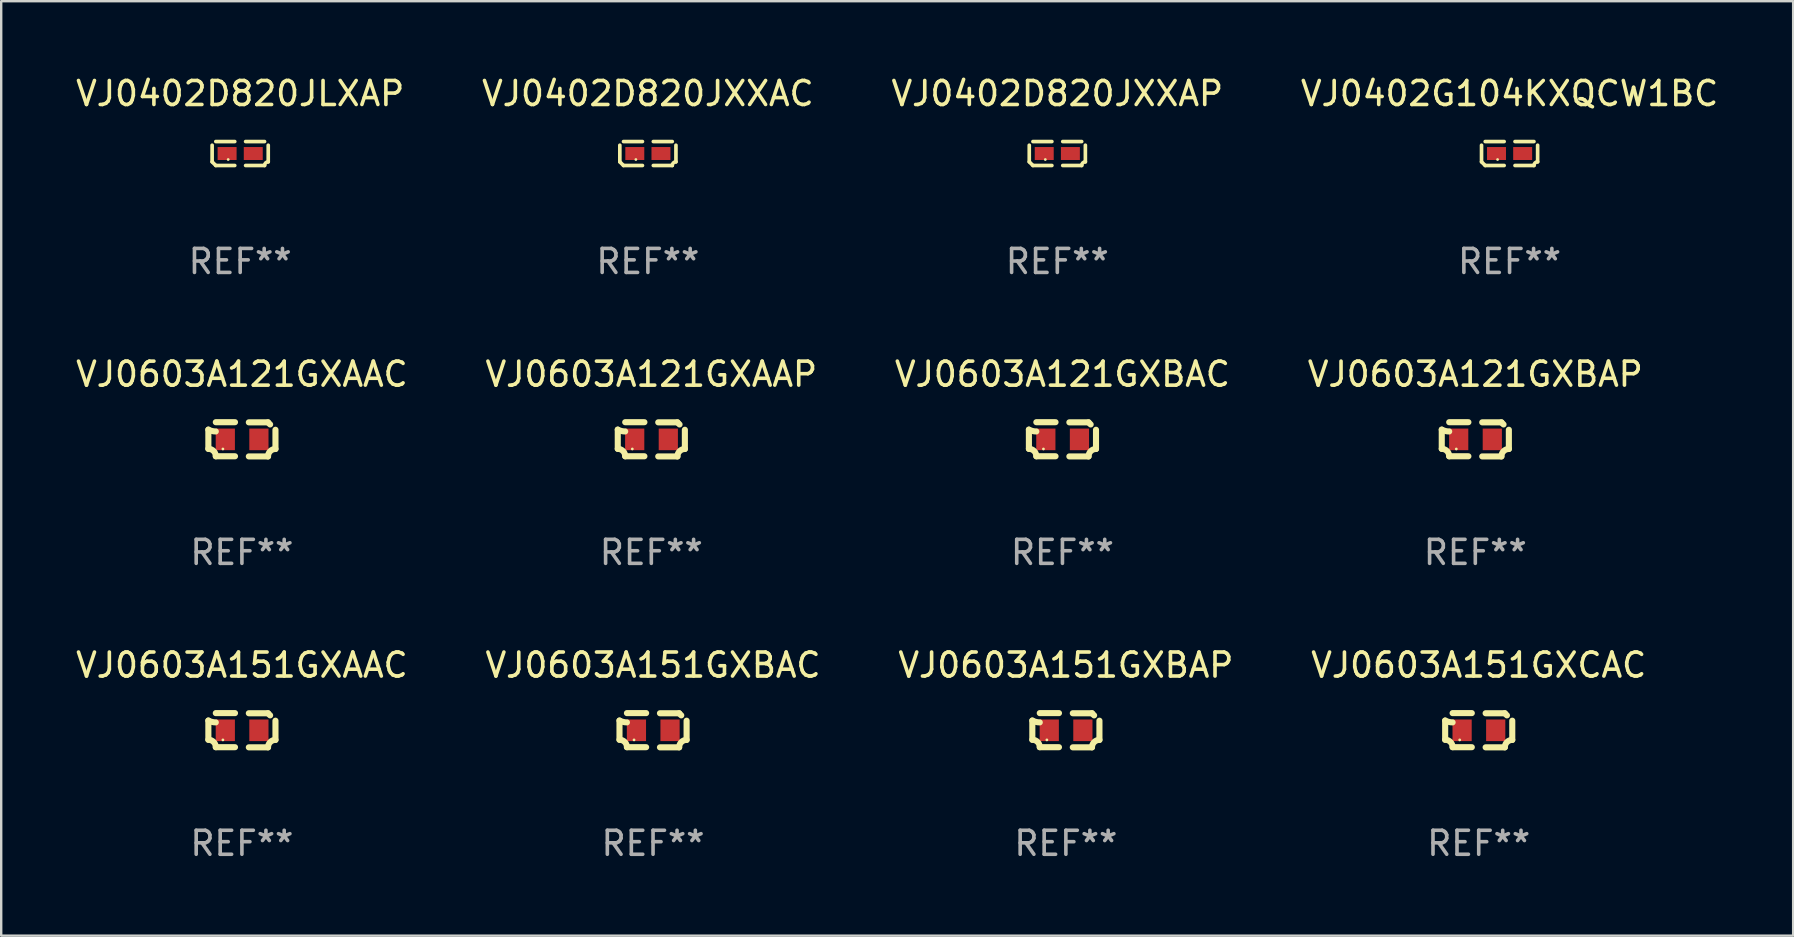
<source format=kicad_pcb>
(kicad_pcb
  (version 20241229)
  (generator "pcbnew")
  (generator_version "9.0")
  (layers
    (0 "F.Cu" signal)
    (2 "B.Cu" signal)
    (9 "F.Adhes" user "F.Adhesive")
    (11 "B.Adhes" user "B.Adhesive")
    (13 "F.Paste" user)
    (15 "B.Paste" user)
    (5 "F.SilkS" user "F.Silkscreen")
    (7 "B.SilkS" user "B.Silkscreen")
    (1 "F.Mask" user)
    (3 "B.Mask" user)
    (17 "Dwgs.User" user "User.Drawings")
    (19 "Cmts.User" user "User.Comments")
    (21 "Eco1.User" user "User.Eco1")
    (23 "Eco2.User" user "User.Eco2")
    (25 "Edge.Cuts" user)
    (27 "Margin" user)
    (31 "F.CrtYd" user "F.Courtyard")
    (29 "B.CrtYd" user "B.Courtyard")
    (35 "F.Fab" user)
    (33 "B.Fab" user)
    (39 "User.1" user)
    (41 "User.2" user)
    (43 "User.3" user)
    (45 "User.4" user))
  (footprint "VJ0603A151GXCAC"
    (layer "F.Cu")
    (at 58.565 27.377)
    (property "Reference" "VJ0603A151GXCAC" (at 0 -2.713 0) (layer "F.SilkS") (effects (font (size 1 1) (thickness 0.15))))
    (attr through_hole)
    (fp_line (start -1.398 -0.403) (end -1.398 0.397) (stroke (width 0.254) (type solid)) (layer "F.SilkS"))
    (fp_line (start -0.288 -0.713) (end -1.088 -0.713) (stroke (width 0.254) (type solid)) (layer "F.SilkS"))
    (fp_line (start -0.288 0.707) (end -1.088 0.707) (stroke (width 0.254) (type solid)) (layer "F.SilkS"))
    (fp_line (start 0.288 -0.707) (end 1.088 -0.707) (stroke (width 0.254) (type solid)) (layer "F.SilkS"))
    (fp_line (start 0.288 0.713) (end 1.088 0.713) (stroke (width 0.254) (type solid)) (layer "F.SilkS"))
    (fp_line (start 1.398 -0.397) (end 1.398 0.403) (stroke (width 0.254) (type solid)) (layer "F.SilkS"))
    (fp_arc (start -1.397789 0.397066) (mid -1.178701 0.487826) (end -1.08796 0.706922) (stroke (width 0.254001) (type solid)) (layer "F.SilkS"))
    (fp_arc (start -1.08796 -0.327176) (mid -1.247436 -0.346384) (end -1.39779 -0.402908) (stroke (width 0.254001) (type solid)) (layer "F.SilkS"))
    (fp_arc (start 1.087909 0.712738) (mid 1.178656 0.493655) (end 1.397739 0.402908) (stroke (width 0.254001) (type solid)) (layer "F.SilkS"))
    (fp_arc (start 1.175925 -0.618926) (mid 1.131917 -0.662923) (end 1.08791 -0.706922) (stroke (width 0.254001) (type solid)) (layer "F.SilkS"))
    (fp_circle (center -0.792 0.403) (end -0.762 0.403) (stroke (width 0.06) (type solid)) (fill no) (layer "F.SilkS"))
    (fp_text user "REF**" (at 0 4.713 0) (layer "F.Fab") (effects (font (size 1 1) (thickness 0.15))))
    (pad "1" smd rect (at -0.692 0.003) (size 0.8 0.9) (layers "F.Cu" "F.Mask" "F.Paste"))
    (pad "2" smd rect (at 0.708 0.003) (size 0.8 0.9) (layers "F.Cu" "F.Mask" "F.Paste")))
  (footprint "VJ0603A151GXAAC"
    (layer "F.Cu")
    (at 7.03 27.377)
    (property "Reference" "VJ0603A151GXAAC" (at 0 -2.713 0) (layer "F.SilkS") (effects (font (size 1 1) (thickness 0.15))))
    (attr through_hole)
    (fp_line (start -1.398 -0.403) (end -1.398 0.397) (stroke (width 0.254) (type solid)) (layer "F.SilkS"))
    (fp_line (start -0.288 -0.713) (end -1.088 -0.713) (stroke (width 0.254) (type solid)) (layer "F.SilkS"))
    (fp_line (start -0.288 0.707) (end -1.088 0.707) (stroke (width 0.254) (type solid)) (layer "F.SilkS"))
    (fp_line (start 0.288 -0.707) (end 1.088 -0.707) (stroke (width 0.254) (type solid)) (layer "F.SilkS"))
    (fp_line (start 0.288 0.713) (end 1.088 0.713) (stroke (width 0.254) (type solid)) (layer "F.SilkS"))
    (fp_line (start 1.398 -0.397) (end 1.398 0.403) (stroke (width 0.254) (type solid)) (layer "F.SilkS"))
    (fp_arc (start -1.397789 0.397066) (mid -1.178701 0.487826) (end -1.08796 0.706922) (stroke (width 0.254001) (type solid)) (layer "F.SilkS"))
    (fp_arc (start -1.08796 -0.327176) (mid -1.247436 -0.346384) (end -1.39779 -0.402908) (stroke (width 0.254001) (type solid)) (layer "F.SilkS"))
    (fp_arc (start 1.087909 0.712738) (mid 1.178656 0.493655) (end 1.397739 0.402908) (stroke (width 0.254001) (type solid)) (layer "F.SilkS"))
    (fp_arc (start 1.175925 -0.618926) (mid 1.131917 -0.662923) (end 1.08791 -0.706922) (stroke (width 0.254001) (type solid)) (layer "F.SilkS"))
    (fp_circle (center -0.792 0.403) (end -0.762 0.403) (stroke (width 0.06) (type solid)) (fill no) (layer "F.SilkS"))
    (fp_text user "REF**" (at 0 4.713 0) (layer "F.Fab") (effects (font (size 1 1) (thickness 0.15))))
    (pad "1" smd rect (at -0.692 0.003) (size 0.8 0.9) (layers "F.Cu" "F.Mask" "F.Paste"))
    (pad "2" smd rect (at 0.708 0.003) (size 0.8 0.9) (layers "F.Cu" "F.Mask" "F.Paste")))
  (footprint "VJ0603A121GXBAP"
    (layer "F.Cu")
    (at 58.423 15.255)
    (property "Reference" "VJ0603A121GXBAP" (at 0 -2.713 0) (layer "F.SilkS") (effects (font (size 1 1) (thickness 0.15))))
    (attr through_hole)
    (fp_line (start -1.398 -0.403) (end -1.398 0.397) (stroke (width 0.254) (type solid)) (layer "F.SilkS"))
    (fp_line (start -0.288 -0.713) (end -1.088 -0.713) (stroke (width 0.254) (type solid)) (layer "F.SilkS"))
    (fp_line (start -0.288 0.707) (end -1.088 0.707) (stroke (width 0.254) (type solid)) (layer "F.SilkS"))
    (fp_line (start 0.288 -0.707) (end 1.088 -0.707) (stroke (width 0.254) (type solid)) (layer "F.SilkS"))
    (fp_line (start 0.288 0.713) (end 1.088 0.713) (stroke (width 0.254) (type solid)) (layer "F.SilkS"))
    (fp_line (start 1.398 -0.397) (end 1.398 0.403) (stroke (width 0.254) (type solid)) (layer "F.SilkS"))
    (fp_arc (start -1.397789 0.397066) (mid -1.178701 0.487826) (end -1.08796 0.706922) (stroke (width 0.254001) (type solid)) (layer "F.SilkS"))
    (fp_arc (start -1.08796 -0.327176) (mid -1.247436 -0.346384) (end -1.39779 -0.402908) (stroke (width 0.254001) (type solid)) (layer "F.SilkS"))
    (fp_arc (start 1.087909 0.712738) (mid 1.178656 0.493655) (end 1.397739 0.402908) (stroke (width 0.254001) (type solid)) (layer "F.SilkS"))
    (fp_arc (start 1.175925 -0.618926) (mid 1.131917 -0.662923) (end 1.08791 -0.706922) (stroke (width 0.254001) (type solid)) (layer "F.SilkS"))
    (fp_circle (center -0.792 0.403) (end -0.762 0.403) (stroke (width 0.06) (type solid)) (fill no) (layer "F.SilkS"))
    (fp_text user "REF**" (at 0 4.713 0) (layer "F.Fab") (effects (font (size 1 1) (thickness 0.15))))
    (pad "1" smd rect (at -0.692 0.003) (size 0.8 0.9) (layers "F.Cu" "F.Mask" "F.Paste"))
    (pad "2" smd rect (at 0.708 0.003) (size 0.8 0.9) (layers "F.Cu" "F.Mask" "F.Paste")))
  (footprint "VJ0603A121GXAAC"
    (layer "F.Cu")
    (at 7.03 15.255)
    (property "Reference" "VJ0603A121GXAAC" (at 0 -2.713 0) (layer "F.SilkS") (effects (font (size 1 1) (thickness 0.15))))
    (attr through_hole)
    (fp_line (start -1.398 -0.403) (end -1.398 0.397) (stroke (width 0.254) (type solid)) (layer "F.SilkS"))
    (fp_line (start -0.288 -0.713) (end -1.088 -0.713) (stroke (width 0.254) (type solid)) (layer "F.SilkS"))
    (fp_line (start -0.288 0.707) (end -1.088 0.707) (stroke (width 0.254) (type solid)) (layer "F.SilkS"))
    (fp_line (start 0.288 -0.707) (end 1.088 -0.707) (stroke (width 0.254) (type solid)) (layer "F.SilkS"))
    (fp_line (start 0.288 0.713) (end 1.088 0.713) (stroke (width 0.254) (type solid)) (layer "F.SilkS"))
    (fp_line (start 1.398 -0.397) (end 1.398 0.403) (stroke (width 0.254) (type solid)) (layer "F.SilkS"))
    (fp_arc (start -1.397789 0.397066) (mid -1.178701 0.487826) (end -1.08796 0.706922) (stroke (width 0.254001) (type solid)) (layer "F.SilkS"))
    (fp_arc (start -1.08796 -0.327176) (mid -1.247436 -0.346384) (end -1.39779 -0.402908) (stroke (width 0.254001) (type solid)) (layer "F.SilkS"))
    (fp_arc (start 1.087909 0.712738) (mid 1.178656 0.493655) (end 1.397739 0.402908) (stroke (width 0.254001) (type solid)) (layer "F.SilkS"))
    (fp_arc (start 1.175925 -0.618926) (mid 1.131917 -0.662923) (end 1.08791 -0.706922) (stroke (width 0.254001) (type solid)) (layer "F.SilkS"))
    (fp_circle (center -0.792 0.403) (end -0.762 0.403) (stroke (width 0.06) (type solid)) (fill no) (layer "F.SilkS"))
    (fp_text user "REF**" (at 0 4.713 0) (layer "F.Fab") (effects (font (size 1 1) (thickness 0.15))))
    (pad "1" smd rect (at -0.692 0.003) (size 0.8 0.9) (layers "F.Cu" "F.Mask" "F.Paste"))
    (pad "2" smd rect (at 0.708 0.003) (size 0.8 0.9) (layers "F.Cu" "F.Mask" "F.Paste")))
  (footprint "VJ0603A151GXBAC"
    (layer "F.Cu")
    (at 24.161 27.377)
    (property "Reference" "VJ0603A151GXBAC" (at 0 -2.713 0) (layer "F.SilkS") (effects (font (size 1 1) (thickness 0.15))))
    (attr through_hole)
    (fp_line (start -1.398 -0.403) (end -1.398 0.397) (stroke (width 0.254) (type solid)) (layer "F.SilkS"))
    (fp_line (start -0.288 -0.713) (end -1.088 -0.713) (stroke (width 0.254) (type solid)) (layer "F.SilkS"))
    (fp_line (start -0.288 0.707) (end -1.088 0.707) (stroke (width 0.254) (type solid)) (layer "F.SilkS"))
    (fp_line (start 0.288 -0.707) (end 1.088 -0.707) (stroke (width 0.254) (type solid)) (layer "F.SilkS"))
    (fp_line (start 0.288 0.713) (end 1.088 0.713) (stroke (width 0.254) (type solid)) (layer "F.SilkS"))
    (fp_line (start 1.398 -0.397) (end 1.398 0.403) (stroke (width 0.254) (type solid)) (layer "F.SilkS"))
    (fp_arc (start -1.397789 0.397066) (mid -1.178701 0.487826) (end -1.08796 0.706922) (stroke (width 0.254001) (type solid)) (layer "F.SilkS"))
    (fp_arc (start -1.08796 -0.327176) (mid -1.247436 -0.346384) (end -1.39779 -0.402908) (stroke (width 0.254001) (type solid)) (layer "F.SilkS"))
    (fp_arc (start 1.087909 0.712738) (mid 1.178656 0.493655) (end 1.397739 0.402908) (stroke (width 0.254001) (type solid)) (layer "F.SilkS"))
    (fp_arc (start 1.175925 -0.618926) (mid 1.131917 -0.662923) (end 1.08791 -0.706922) (stroke (width 0.254001) (type solid)) (layer "F.SilkS"))
    (fp_circle (center -0.792 0.403) (end -0.762 0.403) (stroke (width 0.06) (type solid)) (fill no) (layer "F.SilkS"))
    (fp_text user "REF**" (at 0 4.713 0) (layer "F.Fab") (effects (font (size 1 1) (thickness 0.15))))
    (pad "1" smd rect (at -0.692 0.003) (size 0.8 0.9) (layers "F.Cu" "F.Mask" "F.Paste"))
    (pad "2" smd rect (at 0.708 0.003) (size 0.8 0.9) (layers "F.Cu" "F.Mask" "F.Paste")))
  (footprint "VJ0603A121GXBAC"
    (layer "F.Cu")
    (at 41.22 15.255)
    (property "Reference" "VJ0603A121GXBAC" (at 0 -2.713 0) (layer "F.SilkS") (effects (font (size 1 1) (thickness 0.15))))
    (attr through_hole)
    (fp_line (start -1.398 -0.403) (end -1.398 0.397) (stroke (width 0.254) (type solid)) (layer "F.SilkS"))
    (fp_line (start -0.288 -0.713) (end -1.088 -0.713) (stroke (width 0.254) (type solid)) (layer "F.SilkS"))
    (fp_line (start -0.288 0.707) (end -1.088 0.707) (stroke (width 0.254) (type solid)) (layer "F.SilkS"))
    (fp_line (start 0.288 -0.707) (end 1.088 -0.707) (stroke (width 0.254) (type solid)) (layer "F.SilkS"))
    (fp_line (start 0.288 0.713) (end 1.088 0.713) (stroke (width 0.254) (type solid)) (layer "F.SilkS"))
    (fp_line (start 1.398 -0.397) (end 1.398 0.403) (stroke (width 0.254) (type solid)) (layer "F.SilkS"))
    (fp_arc (start -1.397789 0.397066) (mid -1.178701 0.487826) (end -1.08796 0.706922) (stroke (width 0.254001) (type solid)) (layer "F.SilkS"))
    (fp_arc (start -1.08796 -0.327176) (mid -1.247436 -0.346384) (end -1.39779 -0.402908) (stroke (width 0.254001) (type solid)) (layer "F.SilkS"))
    (fp_arc (start 1.087909 0.712738) (mid 1.178656 0.493655) (end 1.397739 0.402908) (stroke (width 0.254001) (type solid)) (layer "F.SilkS"))
    (fp_arc (start 1.175925 -0.618926) (mid 1.131917 -0.662923) (end 1.08791 -0.706922) (stroke (width 0.254001) (type solid)) (layer "F.SilkS"))
    (fp_circle (center -0.792 0.403) (end -0.762 0.403) (stroke (width 0.06) (type solid)) (fill no) (layer "F.SilkS"))
    (fp_text user "REF**" (at 0 4.713 0) (layer "F.Fab") (effects (font (size 1 1) (thickness 0.15))))
    (pad "1" smd rect (at -0.692 0.003) (size 0.8 0.9) (layers "F.Cu" "F.Mask" "F.Paste"))
    (pad "2" smd rect (at 0.708 0.003) (size 0.8 0.9) (layers "F.Cu" "F.Mask" "F.Paste")))
  (footprint "VJ0603A151GXBAP"
    (layer "F.Cu")
    (at 41.363 27.377)
    (property "Reference" "VJ0603A151GXBAP" (at 0 -2.713 0) (layer "F.SilkS") (effects (font (size 1 1) (thickness 0.15))))
    (attr through_hole)
    (fp_line (start -1.398 -0.403) (end -1.398 0.397) (stroke (width 0.254) (type solid)) (layer "F.SilkS"))
    (fp_line (start -0.288 -0.713) (end -1.088 -0.713) (stroke (width 0.254) (type solid)) (layer "F.SilkS"))
    (fp_line (start -0.288 0.707) (end -1.088 0.707) (stroke (width 0.254) (type solid)) (layer "F.SilkS"))
    (fp_line (start 0.288 -0.707) (end 1.088 -0.707) (stroke (width 0.254) (type solid)) (layer "F.SilkS"))
    (fp_line (start 0.288 0.713) (end 1.088 0.713) (stroke (width 0.254) (type solid)) (layer "F.SilkS"))
    (fp_line (start 1.398 -0.397) (end 1.398 0.403) (stroke (width 0.254) (type solid)) (layer "F.SilkS"))
    (fp_arc (start -1.397789 0.397066) (mid -1.178701 0.487826) (end -1.08796 0.706922) (stroke (width 0.254001) (type solid)) (layer "F.SilkS"))
    (fp_arc (start -1.08796 -0.327176) (mid -1.247436 -0.346384) (end -1.39779 -0.402908) (stroke (width 0.254001) (type solid)) (layer "F.SilkS"))
    (fp_arc (start 1.087909 0.712738) (mid 1.178656 0.493655) (end 1.397739 0.402908) (stroke (width 0.254001) (type solid)) (layer "F.SilkS"))
    (fp_arc (start 1.175925 -0.618926) (mid 1.131917 -0.662923) (end 1.08791 -0.706922) (stroke (width 0.254001) (type solid)) (layer "F.SilkS"))
    (fp_circle (center -0.792 0.403) (end -0.762 0.403) (stroke (width 0.06) (type solid)) (fill no) (layer "F.SilkS"))
    (fp_text user "REF**" (at 0 4.713 0) (layer "F.Fab") (effects (font (size 1 1) (thickness 0.15))))
    (pad "1" smd rect (at -0.692 0.003) (size 0.8 0.9) (layers "F.Cu" "F.Mask" "F.Paste"))
    (pad "2" smd rect (at 0.708 0.003) (size 0.8 0.9) (layers "F.Cu" "F.Mask" "F.Paste")))
  (footprint "VJ0603A121GXAAP"
    (layer "F.Cu")
    (at 24.089 15.255)
    (property "Reference" "VJ0603A121GXAAP" (at 0 -2.713 0) (layer "F.SilkS") (effects (font (size 1 1) (thickness 0.15))))
    (attr through_hole)
    (fp_line (start -1.398 -0.403) (end -1.398 0.397) (stroke (width 0.254) (type solid)) (layer "F.SilkS"))
    (fp_line (start -0.288 -0.713) (end -1.088 -0.713) (stroke (width 0.254) (type solid)) (layer "F.SilkS"))
    (fp_line (start -0.288 0.707) (end -1.088 0.707) (stroke (width 0.254) (type solid)) (layer "F.SilkS"))
    (fp_line (start 0.288 -0.707) (end 1.088 -0.707) (stroke (width 0.254) (type solid)) (layer "F.SilkS"))
    (fp_line (start 0.288 0.713) (end 1.088 0.713) (stroke (width 0.254) (type solid)) (layer "F.SilkS"))
    (fp_line (start 1.398 -0.397) (end 1.398 0.403) (stroke (width 0.254) (type solid)) (layer "F.SilkS"))
    (fp_arc (start -1.397789 0.397066) (mid -1.178701 0.487826) (end -1.08796 0.706922) (stroke (width 0.254001) (type solid)) (layer "F.SilkS"))
    (fp_arc (start -1.08796 -0.327176) (mid -1.247436 -0.346384) (end -1.39779 -0.402908) (stroke (width 0.254001) (type solid)) (layer "F.SilkS"))
    (fp_arc (start 1.087909 0.712738) (mid 1.178656 0.493655) (end 1.397739 0.402908) (stroke (width 0.254001) (type solid)) (layer "F.SilkS"))
    (fp_arc (start 1.175925 -0.618926) (mid 1.131917 -0.662923) (end 1.08791 -0.706922) (stroke (width 0.254001) (type solid)) (layer "F.SilkS"))
    (fp_circle (center -0.792 0.403) (end -0.762 0.403) (stroke (width 0.06) (type solid)) (fill no) (layer "F.SilkS"))
    (fp_text user "REF**" (at 0 4.713 0) (layer "F.Fab") (effects (font (size 1 1) (thickness 0.15))))
    (pad "1" smd rect (at -0.692 0.003) (size 0.8 0.9) (layers "F.Cu" "F.Mask" "F.Paste"))
    (pad "2" smd rect (at 0.708 0.003) (size 0.8 0.9) (layers "F.Cu" "F.Mask" "F.Paste")))
  (footprint "VJ0402G104KXQCW1BC"
    (layer "F.Cu")
    (at 59.851 3.347)
    (property "Reference" "VJ0402G104KXQCW1BC" (at 0 -2.499 0) (layer "F.SilkS") (effects (font (size 1 1) (thickness 0.15))))
    (attr through_hole)
    (fp_line (start -1.169 0.346) (end -1.169 -0.346) (stroke (width 0.152) (type solid)) (layer "F.SilkS"))
    (fp_line (start -1.016 -0.499) (end -0.226 -0.499) (stroke (width 0.152) (type solid)) (layer "F.SilkS"))
    (fp_line (start -0.226 0.499) (end -1.016 0.499) (stroke (width 0.152) (type solid)) (layer "F.SilkS"))
    (fp_line (start 0.226 0.499) (end 1.016 0.499) (stroke (width 0.152) (type solid)) (layer "F.SilkS"))
    (fp_line (start 1.016 -0.499) (end 0.226 -0.499) (stroke (width 0.152) (type solid)) (layer "F.SilkS"))
    (fp_line (start 1.169 0.346) (end 1.169 -0.346) (stroke (width 0.152) (type solid)) (layer "F.SilkS"))
    (fp_arc (start -1.016307 0.498603) (mid -1.092512 0.422405) (end -1.16871 0.3462) (stroke (width 0.1524) (type solid)) (layer "F.SilkS"))
    (fp_arc (start 1.016307 0.498603) (mid 1.060899 0.390758) (end 1.168707 0.346076) (stroke (width 0.1524) (type solid)) (layer "F.SilkS"))
    (fp_circle (center -0.5 0.25) (end -0.47 0.25) (stroke (width 0.06) (type solid)) (fill no) (layer "F.SilkS"))
    (fp_text user "REF**" (at 0 4.499 0) (layer "F.Fab") (effects (font (size 1 1) (thickness 0.15))))
    (pad "1" smd rect (at -0.545 0) (size 0.79 0.54) (layers "F.Cu" "F.Mask" "F.Paste"))
    (pad "2" smd rect (at 0.545 0) (size 0.79 0.54) (layers "F.Cu" "F.Mask" "F.Paste")))
  (footprint "VJ0402D820JLXAP"
    (layer "F.Cu")
    (at 6.958 3.347)
    (property "Reference" "VJ0402D820JLXAP" (at 0 -2.499 0) (layer "F.SilkS") (effects (font (size 1 1) (thickness 0.15))))
    (attr through_hole)
    (fp_line (start -1.169 0.346) (end -1.169 -0.346) (stroke (width 0.152) (type solid)) (layer "F.SilkS"))
    (fp_line (start -1.016 -0.499) (end -0.226 -0.499) (stroke (width 0.152) (type solid)) (layer "F.SilkS"))
    (fp_line (start -0.226 0.499) (end -1.016 0.499) (stroke (width 0.152) (type solid)) (layer "F.SilkS"))
    (fp_line (start 0.226 0.499) (end 1.016 0.499) (stroke (width 0.152) (type solid)) (layer "F.SilkS"))
    (fp_line (start 1.016 -0.499) (end 0.226 -0.499) (stroke (width 0.152) (type solid)) (layer "F.SilkS"))
    (fp_line (start 1.169 0.346) (end 1.169 -0.346) (stroke (width 0.152) (type solid)) (layer "F.SilkS"))
    (fp_arc (start -1.016307 0.498603) (mid -1.092512 0.422405) (end -1.16871 0.3462) (stroke (width 0.1524) (type solid)) (layer "F.SilkS"))
    (fp_arc (start 1.016307 0.498603) (mid 1.060899 0.390758) (end 1.168707 0.346076) (stroke (width 0.1524) (type solid)) (layer "F.SilkS"))
    (fp_circle (center -0.5 0.25) (end -0.47 0.25) (stroke (width 0.06) (type solid)) (fill no) (layer "F.SilkS"))
    (fp_text user "REF**" (at 0 4.499 0) (layer "F.Fab") (effects (font (size 1 1) (thickness 0.15))))
    (pad "1" smd rect (at -0.545 0) (size 0.79 0.54) (layers "F.Cu" "F.Mask" "F.Paste"))
    (pad "2" smd rect (at 0.545 0) (size 0.79 0.54) (layers "F.Cu" "F.Mask" "F.Paste")))
  (footprint "VJ0402D820JXXAP"
    (layer "F.Cu")
    (at 41.006 3.347)
    (property "Reference" "VJ0402D820JXXAP" (at 0 -2.499 0) (layer "F.SilkS") (effects (font (size 1 1) (thickness 0.15))))
    (attr through_hole)
    (fp_line (start -1.169 0.346) (end -1.169 -0.346) (stroke (width 0.152) (type solid)) (layer "F.SilkS"))
    (fp_line (start -1.016 -0.499) (end -0.226 -0.499) (stroke (width 0.152) (type solid)) (layer "F.SilkS"))
    (fp_line (start -0.226 0.499) (end -1.016 0.499) (stroke (width 0.152) (type solid)) (layer "F.SilkS"))
    (fp_line (start 0.226 0.499) (end 1.016 0.499) (stroke (width 0.152) (type solid)) (layer "F.SilkS"))
    (fp_line (start 1.016 -0.499) (end 0.226 -0.499) (stroke (width 0.152) (type solid)) (layer "F.SilkS"))
    (fp_line (start 1.169 0.346) (end 1.169 -0.346) (stroke (width 0.152) (type solid)) (layer "F.SilkS"))
    (fp_arc (start -1.016307 0.498603) (mid -1.092512 0.422405) (end -1.16871 0.3462) (stroke (width 0.1524) (type solid)) (layer "F.SilkS"))
    (fp_arc (start 1.016307 0.498603) (mid 1.060899 0.390758) (end 1.168707 0.346076) (stroke (width 0.1524) (type solid)) (layer "F.SilkS"))
    (fp_circle (center -0.5 0.25) (end -0.47 0.25) (stroke (width 0.06) (type solid)) (fill no) (layer "F.SilkS"))
    (fp_text user "REF**" (at 0 4.499 0) (layer "F.Fab") (effects (font (size 1 1) (thickness 0.15))))
    (pad "1" smd rect (at -0.545 0) (size 0.79 0.54) (layers "F.Cu" "F.Mask" "F.Paste"))
    (pad "2" smd rect (at 0.545 0) (size 0.79 0.54) (layers "F.Cu" "F.Mask" "F.Paste")))
  (footprint "VJ0402D820JXXAC"
    (layer "F.Cu")
    (at 23.946 3.347)
    (property "Reference" "VJ0402D820JXXAC" (at 0 -2.499 0) (layer "F.SilkS") (effects (font (size 1 1) (thickness 0.15))))
    (attr through_hole)
    (fp_line (start -1.169 0.346) (end -1.169 -0.346) (stroke (width 0.152) (type solid)) (layer "F.SilkS"))
    (fp_line (start -1.016 -0.499) (end -0.226 -0.499) (stroke (width 0.152) (type solid)) (layer "F.SilkS"))
    (fp_line (start -0.226 0.499) (end -1.016 0.499) (stroke (width 0.152) (type solid)) (layer "F.SilkS"))
    (fp_line (start 0.226 0.499) (end 1.016 0.499) (stroke (width 0.152) (type solid)) (layer "F.SilkS"))
    (fp_line (start 1.016 -0.499) (end 0.226 -0.499) (stroke (width 0.152) (type solid)) (layer "F.SilkS"))
    (fp_line (start 1.169 0.346) (end 1.169 -0.346) (stroke (width 0.152) (type solid)) (layer "F.SilkS"))
    (fp_arc (start -1.016307 0.498603) (mid -1.092512 0.422405) (end -1.16871 0.3462) (stroke (width 0.1524) (type solid)) (layer "F.SilkS"))
    (fp_arc (start 1.016307 0.498603) (mid 1.060899 0.390758) (end 1.168707 0.346076) (stroke (width 0.1524) (type solid)) (layer "F.SilkS"))
    (fp_circle (center -0.5 0.25) (end -0.47 0.25) (stroke (width 0.06) (type solid)) (fill no) (layer "F.SilkS"))
    (fp_text user "REF**" (at 0 4.499 0) (layer "F.Fab") (effects (font (size 1 1) (thickness 0.15))))
    (pad "1" smd rect (at -0.545 0) (size 0.79 0.54) (layers "F.Cu" "F.Mask" "F.Paste"))
    (pad "2" smd rect (at 0.545 0) (size 0.79 0.54) (layers "F.Cu" "F.Mask" "F.Paste")))
  (gr_rect
    (start -3 -3)
    (end 71.667 35.938)
    (stroke (width 0.1) (type default))
    (fill no)
    (layer "Edge.Cuts")))
</source>
